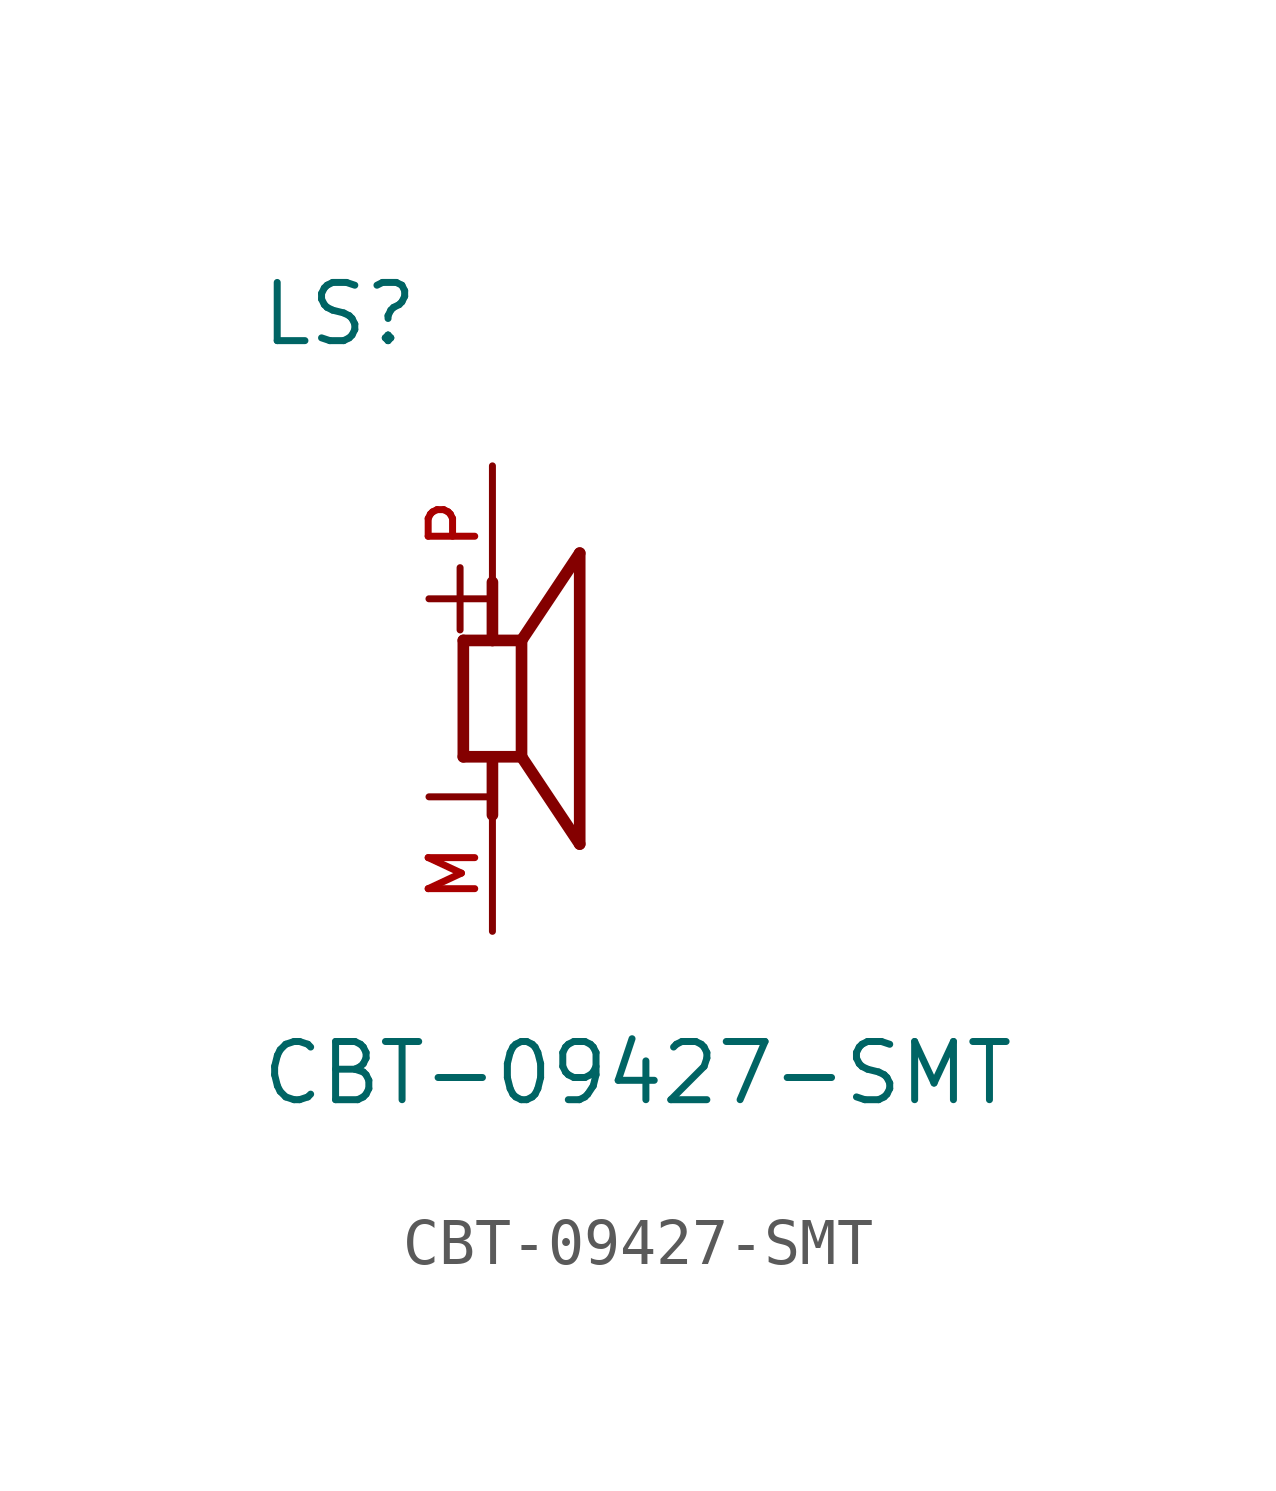
<source format=kicad_sym>
(kicad_symbol_lib
  (version 20211014)
  (generator kicad_symbol_editor)
  (symbol "CBT-09427-SMT"
    (pin_names
      (offset 1.016))
    (property "Reference" "LS"
      (at -5.1 7.65 0)
      (effects (font (size 1.27 1.27)) (justify bottom left)))
    (property "Value" "CBT-09427-SMT"
      (at -5.096 -8.918 0)
      (effects (font (size 1.27 1.27)) (justify bottom left)))
    (symbol "CBT-09427-SMT_0_0"
      (polyline (pts (xy -0.635 1.27) (xy 0.0 1.27)) (stroke (width 0.254)))
      (polyline (pts (xy 0.0 1.27) (xy 0.635 1.27)) (stroke (width 0.254)))
      (polyline (pts (xy 0.635 1.27) (xy 0.635 -1.27)) (stroke (width 0.254)))
      (polyline (pts (xy 0.635 -1.27) (xy 0.0 -1.27)) (stroke (width 0.254)))
      (polyline (pts (xy 0.0 -1.27) (xy -0.635 -1.27)) (stroke (width 0.254)))
      (polyline (pts (xy -0.635 -1.27) (xy -0.635 1.27)) (stroke (width 0.254)))
      (polyline (pts (xy 0.635 1.27) (xy 1.905 3.175)) (stroke (width 0.254)))
      (polyline (pts (xy 1.905 3.175) (xy 1.905 -3.175)) (stroke (width 0.254)))
      (polyline (pts (xy 1.905 -3.175) (xy 0.635 -1.27)) (stroke (width 0.254)))
      (polyline (pts (xy 0.0 1.27) (xy 0.0 2.54)) (stroke (width 0.254)))
      (polyline (pts (xy 0.0 -1.27) (xy 0.0 -2.54)) (stroke (width 0.254)))
      (text "+" (at -1.91 1.273 0) (effects (font (size 1.783 1.783)) (justify bottom left)))
      (text "-" (at -1.909 -3.049 0) (effects (font (size 1.782 1.782)) (justify bottom left)))
      (pin passive line (at 0.0 5.08 270.0) (length 2.54) (name "~" (effects (font (size 1.016 1.016)))) (number "P" (effects (font (size 1.016 1.016)))))
      (pin passive line (at 0.0 -5.08 90.0) (length 2.54) (name "~" (effects (font (size 1.016 1.016)))) (number "M" (effects (font (size 1.016 1.016))))))))
</source>
